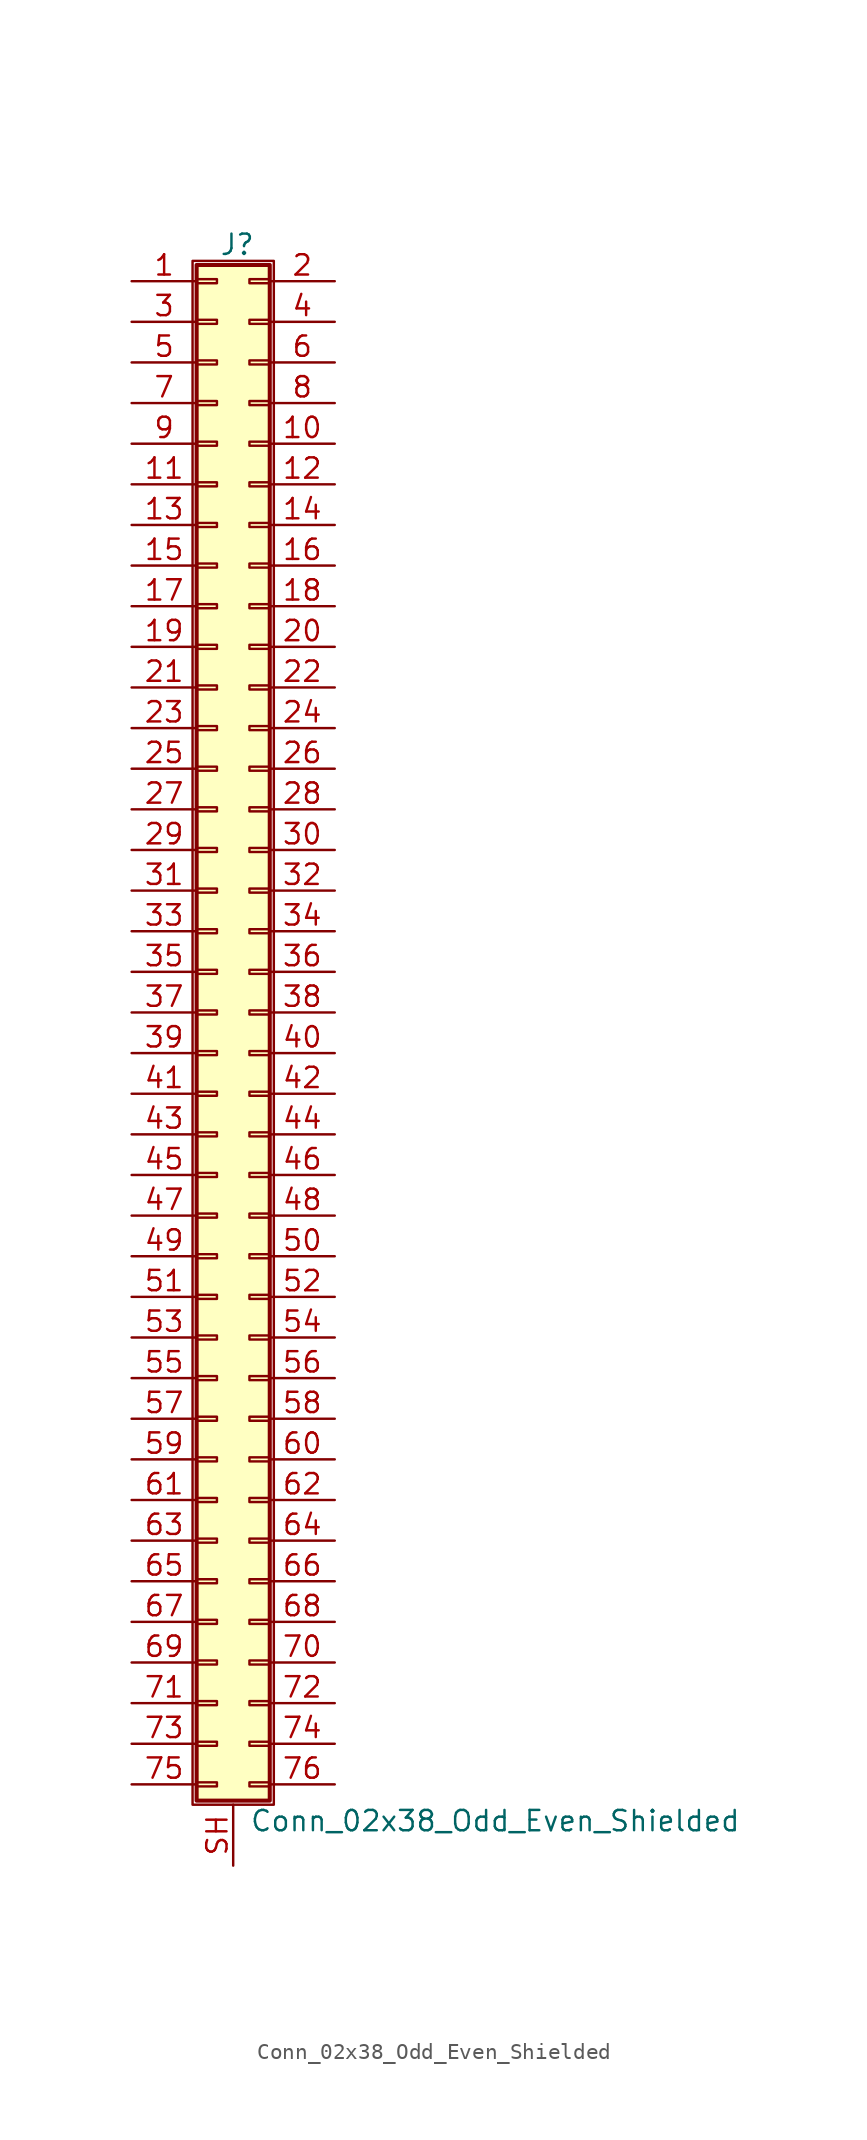
<source format=kicad_sym>
(kicad_symbol_lib
  (version 20211014)
  (generator kicad_symbol_editor)
  (symbol "Conn_02x38_Odd_Even_Shielded"
    (pin_names
      (offset 1.016) hide)
    (property "Reference" "J"
      (at 1.524 48.006 0)
      (effects (font (size 1.27 1.27))))
    (property "Value" "Conn_02x38_Odd_Even_Shielded"
      (at 2.286 -50.546 0)
      (effects (font (size 1.27 1.27)) (justify left)))
    (symbol "Conn_02x38_Odd_Even_Shielded_1_1"
      (rectangle (start -1.27 46.99) (end 3.81 -49.53) (stroke (width 0.152) (type default) (color 0 0 0 0)) (fill (type none)))
      (rectangle (start -1.016 -48.133) (end 0.254 -48.387) (stroke (width 0.152) (type default) (color 0 0 0 0)) (fill (type none)))
      (rectangle (start -1.016 -45.593) (end 0.254 -45.847) (stroke (width 0.152) (type default) (color 0 0 0 0)) (fill (type none)))
      (rectangle (start -1.016 -43.053) (end 0.254 -43.307) (stroke (width 0.152) (type default) (color 0 0 0 0)) (fill (type none)))
      (rectangle (start -1.016 -40.513) (end 0.254 -40.767) (stroke (width 0.152) (type default) (color 0 0 0 0)) (fill (type none)))
      (rectangle (start -1.016 -37.973) (end 0.254 -38.227) (stroke (width 0.152) (type default) (color 0 0 0 0)) (fill (type none)))
      (rectangle (start -1.016 -35.433) (end 0.254 -35.687) (stroke (width 0.152) (type default) (color 0 0 0 0)) (fill (type none)))
      (rectangle (start -1.016 -32.893) (end 0.254 -33.147) (stroke (width 0.152) (type default) (color 0 0 0 0)) (fill (type none)))
      (rectangle (start -1.016 -30.353) (end 0.254 -30.607) (stroke (width 0.152) (type default) (color 0 0 0 0)) (fill (type none)))
      (rectangle (start -1.016 -27.813) (end 0.254 -28.067) (stroke (width 0.152) (type default) (color 0 0 0 0)) (fill (type none)))
      (rectangle (start -1.016 -25.273) (end 0.254 -25.527) (stroke (width 0.152) (type default) (color 0 0 0 0)) (fill (type none)))
      (rectangle (start -1.016 -22.733) (end 0.254 -22.987) (stroke (width 0.152) (type default) (color 0 0 0 0)) (fill (type none)))
      (rectangle (start -1.016 -20.193) (end 0.254 -20.447) (stroke (width 0.152) (type default) (color 0 0 0 0)) (fill (type none)))
      (rectangle (start -1.016 -17.653) (end 0.254 -17.907) (stroke (width 0.152) (type default) (color 0 0 0 0)) (fill (type none)))
      (rectangle (start -1.016 -15.113) (end 0.254 -15.367) (stroke (width 0.152) (type default) (color 0 0 0 0)) (fill (type none)))
      (rectangle (start -1.016 -12.573) (end 0.254 -12.827) (stroke (width 0.152) (type default) (color 0 0 0 0)) (fill (type none)))
      (rectangle (start -1.016 -10.033) (end 0.254 -10.287) (stroke (width 0.152) (type default) (color 0 0 0 0)) (fill (type none)))
      (rectangle (start -1.016 -7.493) (end 0.254 -7.747) (stroke (width 0.152) (type default) (color 0 0 0 0)) (fill (type none)))
      (rectangle (start -1.016 -4.953) (end 0.254 -5.207) (stroke (width 0.152) (type default) (color 0 0 0 0)) (fill (type none)))
      (rectangle (start -1.016 -2.413) (end 0.254 -2.667) (stroke (width 0.152) (type default) (color 0 0 0 0)) (fill (type none)))
      (rectangle (start -1.016 0.127) (end 0.254 -0.127) (stroke (width 0.152) (type default) (color 0 0 0 0)) (fill (type none)))
      (rectangle (start -1.016 2.667) (end 0.254 2.413) (stroke (width 0.152) (type default) (color 0 0 0 0)) (fill (type none)))
      (rectangle (start -1.016 5.207) (end 0.254 4.953) (stroke (width 0.152) (type default) (color 0 0 0 0)) (fill (type none)))
      (rectangle (start -1.016 7.747) (end 0.254 7.493) (stroke (width 0.152) (type default) (color 0 0 0 0)) (fill (type none)))
      (rectangle (start -1.016 10.287) (end 0.254 10.033) (stroke (width 0.152) (type default) (color 0 0 0 0)) (fill (type none)))
      (rectangle (start -1.016 12.827) (end 0.254 12.573) (stroke (width 0.152) (type default) (color 0 0 0 0)) (fill (type none)))
      (rectangle (start -1.016 15.367) (end 0.254 15.113) (stroke (width 0.152) (type default) (color 0 0 0 0)) (fill (type none)))
      (rectangle (start -1.016 17.907) (end 0.254 17.653) (stroke (width 0.152) (type default) (color 0 0 0 0)) (fill (type none)))
      (rectangle (start -1.016 20.447) (end 0.254 20.193) (stroke (width 0.152) (type default) (color 0 0 0 0)) (fill (type none)))
      (rectangle (start -1.016 22.987) (end 0.254 22.733) (stroke (width 0.152) (type default) (color 0 0 0 0)) (fill (type none)))
      (rectangle (start -1.016 25.527) (end 0.254 25.273) (stroke (width 0.152) (type default) (color 0 0 0 0)) (fill (type none)))
      (rectangle (start -1.016 28.067) (end 0.254 27.813) (stroke (width 0.152) (type default) (color 0 0 0 0)) (fill (type none)))
      (rectangle (start -1.016 30.607) (end 0.254 30.353) (stroke (width 0.152) (type default) (color 0 0 0 0)) (fill (type none)))
      (rectangle (start -1.016 33.147) (end 0.254 32.893) (stroke (width 0.152) (type default) (color 0 0 0 0)) (fill (type none)))
      (rectangle (start -1.016 35.687) (end 0.254 35.433) (stroke (width 0.152) (type default) (color 0 0 0 0)) (fill (type none)))
      (rectangle (start -1.016 38.227) (end 0.254 37.973) (stroke (width 0.152) (type default) (color 0 0 0 0)) (fill (type none)))
      (rectangle (start -1.016 40.767) (end 0.254 40.513) (stroke (width 0.152) (type default) (color 0 0 0 0)) (fill (type none)))
      (rectangle (start -1.016 43.307) (end 0.254 43.053) (stroke (width 0.152) (type default) (color 0 0 0 0)) (fill (type none)))
      (rectangle (start -1.016 45.847) (end 0.254 45.593) (stroke (width 0.152) (type default) (color 0 0 0 0)) (fill (type none)))
      (rectangle (start -1.016 46.736) (end 3.556 -49.276) (stroke (width 0.254) (type default) (color 0 0 0 0)) (fill (type background)))
      (rectangle (start 3.556 -48.133) (end 2.286 -48.387) (stroke (width 0.152) (type default) (color 0 0 0 0)) (fill (type none)))
      (rectangle (start 3.556 -45.593) (end 2.286 -45.847) (stroke (width 0.152) (type default) (color 0 0 0 0)) (fill (type none)))
      (rectangle (start 3.556 -43.053) (end 2.286 -43.307) (stroke (width 0.152) (type default) (color 0 0 0 0)) (fill (type none)))
      (rectangle (start 3.556 -40.513) (end 2.286 -40.767) (stroke (width 0.152) (type default) (color 0 0 0 0)) (fill (type none)))
      (rectangle (start 3.556 -37.973) (end 2.286 -38.227) (stroke (width 0.152) (type default) (color 0 0 0 0)) (fill (type none)))
      (rectangle (start 3.556 -35.433) (end 2.286 -35.687) (stroke (width 0.152) (type default) (color 0 0 0 0)) (fill (type none)))
      (rectangle (start 3.556 -32.893) (end 2.286 -33.147) (stroke (width 0.152) (type default) (color 0 0 0 0)) (fill (type none)))
      (rectangle (start 3.556 -30.353) (end 2.286 -30.607) (stroke (width 0.152) (type default) (color 0 0 0 0)) (fill (type none)))
      (rectangle (start 3.556 -27.813) (end 2.286 -28.067) (stroke (width 0.152) (type default) (color 0 0 0 0)) (fill (type none)))
      (rectangle (start 3.556 -25.273) (end 2.286 -25.527) (stroke (width 0.152) (type default) (color 0 0 0 0)) (fill (type none)))
      (rectangle (start 3.556 -22.733) (end 2.286 -22.987) (stroke (width 0.152) (type default) (color 0 0 0 0)) (fill (type none)))
      (rectangle (start 3.556 -20.193) (end 2.286 -20.447) (stroke (width 0.152) (type default) (color 0 0 0 0)) (fill (type none)))
      (rectangle (start 3.556 -17.653) (end 2.286 -17.907) (stroke (width 0.152) (type default) (color 0 0 0 0)) (fill (type none)))
      (rectangle (start 3.556 -15.113) (end 2.286 -15.367) (stroke (width 0.152) (type default) (color 0 0 0 0)) (fill (type none)))
      (rectangle (start 3.556 -12.573) (end 2.286 -12.827) (stroke (width 0.152) (type default) (color 0 0 0 0)) (fill (type none)))
      (rectangle (start 3.556 -10.033) (end 2.286 -10.287) (stroke (width 0.152) (type default) (color 0 0 0 0)) (fill (type none)))
      (rectangle (start 3.556 -7.493) (end 2.286 -7.747) (stroke (width 0.152) (type default) (color 0 0 0 0)) (fill (type none)))
      (rectangle (start 3.556 -4.953) (end 2.286 -5.207) (stroke (width 0.152) (type default) (color 0 0 0 0)) (fill (type none)))
      (rectangle (start 3.556 -2.413) (end 2.286 -2.667) (stroke (width 0.152) (type default) (color 0 0 0 0)) (fill (type none)))
      (rectangle (start 3.556 0.127) (end 2.286 -0.127) (stroke (width 0.152) (type default) (color 0 0 0 0)) (fill (type none)))
      (rectangle (start 3.556 2.667) (end 2.286 2.413) (stroke (width 0.152) (type default) (color 0 0 0 0)) (fill (type none)))
      (rectangle (start 3.556 5.207) (end 2.286 4.953) (stroke (width 0.152) (type default) (color 0 0 0 0)) (fill (type none)))
      (rectangle (start 3.556 7.747) (end 2.286 7.493) (stroke (width 0.152) (type default) (color 0 0 0 0)) (fill (type none)))
      (rectangle (start 3.556 10.287) (end 2.286 10.033) (stroke (width 0.152) (type default) (color 0 0 0 0)) (fill (type none)))
      (rectangle (start 3.556 12.827) (end 2.286 12.573) (stroke (width 0.152) (type default) (color 0 0 0 0)) (fill (type none)))
      (rectangle (start 3.556 15.367) (end 2.286 15.113) (stroke (width 0.152) (type default) (color 0 0 0 0)) (fill (type none)))
      (rectangle (start 3.556 17.907) (end 2.286 17.653) (stroke (width 0.152) (type default) (color 0 0 0 0)) (fill (type none)))
      (rectangle (start 3.556 20.447) (end 2.286 20.193) (stroke (width 0.152) (type default) (color 0 0 0 0)) (fill (type none)))
      (rectangle (start 3.556 22.987) (end 2.286 22.733) (stroke (width 0.152) (type default) (color 0 0 0 0)) (fill (type none)))
      (rectangle (start 3.556 25.527) (end 2.286 25.273) (stroke (width 0.152) (type default) (color 0 0 0 0)) (fill (type none)))
      (rectangle (start 3.556 28.067) (end 2.286 27.813) (stroke (width 0.152) (type default) (color 0 0 0 0)) (fill (type none)))
      (rectangle (start 3.556 30.607) (end 2.286 30.353) (stroke (width 0.152) (type default) (color 0 0 0 0)) (fill (type none)))
      (rectangle (start 3.556 33.147) (end 2.286 32.893) (stroke (width 0.152) (type default) (color 0 0 0 0)) (fill (type none)))
      (rectangle (start 3.556 35.687) (end 2.286 35.433) (stroke (width 0.152) (type default) (color 0 0 0 0)) (fill (type none)))
      (rectangle (start 3.556 38.227) (end 2.286 37.973) (stroke (width 0.152) (type default) (color 0 0 0 0)) (fill (type none)))
      (rectangle (start 3.556 40.767) (end 2.286 40.513) (stroke (width 0.152) (type default) (color 0 0 0 0)) (fill (type none)))
      (rectangle (start 3.556 43.307) (end 2.286 43.053) (stroke (width 0.152) (type default) (color 0 0 0 0)) (fill (type none)))
      (rectangle (start 3.556 45.847) (end 2.286 45.593) (stroke (width 0.152) (type default) (color 0 0 0 0)) (fill (type none)))
      (pin passive line (at -5.08 45.72 0) (length 4.064) (name "Pin_1" (effects (font (size 1.27 1.27)))) (number "1" (effects (font (size 1.27 1.27)))))
      (pin passive line (at 7.62 35.56 180) (length 4.064) (name "Pin_10" (effects (font (size 1.27 1.27)))) (number "10" (effects (font (size 1.27 1.27)))))
      (pin passive line (at -5.08 33.02 0) (length 4.064) (name "Pin_11" (effects (font (size 1.27 1.27)))) (number "11" (effects (font (size 1.27 1.27)))))
      (pin passive line (at 7.62 33.02 180) (length 4.064) (name "Pin_12" (effects (font (size 1.27 1.27)))) (number "12" (effects (font (size 1.27 1.27)))))
      (pin passive line (at -5.08 30.48 0) (length 4.064) (name "Pin_13" (effects (font (size 1.27 1.27)))) (number "13" (effects (font (size 1.27 1.27)))))
      (pin passive line (at 7.62 30.48 180) (length 4.064) (name "Pin_14" (effects (font (size 1.27 1.27)))) (number "14" (effects (font (size 1.27 1.27)))))
      (pin passive line (at -5.08 27.94 0) (length 4.064) (name "Pin_15" (effects (font (size 1.27 1.27)))) (number "15" (effects (font (size 1.27 1.27)))))
      (pin passive line (at 7.62 27.94 180) (length 4.064) (name "Pin_16" (effects (font (size 1.27 1.27)))) (number "16" (effects (font (size 1.27 1.27)))))
      (pin passive line (at -5.08 25.4 0) (length 4.064) (name "Pin_17" (effects (font (size 1.27 1.27)))) (number "17" (effects (font (size 1.27 1.27)))))
      (pin passive line (at 7.62 25.4 180) (length 4.064) (name "Pin_18" (effects (font (size 1.27 1.27)))) (number "18" (effects (font (size 1.27 1.27)))))
      (pin passive line (at -5.08 22.86 0) (length 4.064) (name "Pin_19" (effects (font (size 1.27 1.27)))) (number "19" (effects (font (size 1.27 1.27)))))
      (pin passive line (at 7.62 45.72 180) (length 4.064) (name "Pin_2" (effects (font (size 1.27 1.27)))) (number "2" (effects (font (size 1.27 1.27)))))
      (pin passive line (at 7.62 22.86 180) (length 4.064) (name "Pin_20" (effects (font (size 1.27 1.27)))) (number "20" (effects (font (size 1.27 1.27)))))
      (pin passive line (at -5.08 20.32 0) (length 4.064) (name "Pin_21" (effects (font (size 1.27 1.27)))) (number "21" (effects (font (size 1.27 1.27)))))
      (pin passive line (at 7.62 20.32 180) (length 4.064) (name "Pin_22" (effects (font (size 1.27 1.27)))) (number "22" (effects (font (size 1.27 1.27)))))
      (pin passive line (at -5.08 17.78 0) (length 4.064) (name "Pin_23" (effects (font (size 1.27 1.27)))) (number "23" (effects (font (size 1.27 1.27)))))
      (pin passive line (at 7.62 17.78 180) (length 4.064) (name "Pin_24" (effects (font (size 1.27 1.27)))) (number "24" (effects (font (size 1.27 1.27)))))
      (pin passive line (at -5.08 15.24 0) (length 4.064) (name "Pin_25" (effects (font (size 1.27 1.27)))) (number "25" (effects (font (size 1.27 1.27)))))
      (pin passive line (at 7.62 15.24 180) (length 4.064) (name "Pin_26" (effects (font (size 1.27 1.27)))) (number "26" (effects (font (size 1.27 1.27)))))
      (pin passive line (at -5.08 12.7 0) (length 4.064) (name "Pin_27" (effects (font (size 1.27 1.27)))) (number "27" (effects (font (size 1.27 1.27)))))
      (pin passive line (at 7.62 12.7 180) (length 4.064) (name "Pin_28" (effects (font (size 1.27 1.27)))) (number "28" (effects (font (size 1.27 1.27)))))
      (pin passive line (at -5.08 10.16 0) (length 4.064) (name "Pin_29" (effects (font (size 1.27 1.27)))) (number "29" (effects (font (size 1.27 1.27)))))
      (pin passive line (at -5.08 43.18 0) (length 4.064) (name "Pin_3" (effects (font (size 1.27 1.27)))) (number "3" (effects (font (size 1.27 1.27)))))
      (pin passive line (at 7.62 10.16 180) (length 4.064) (name "Pin_30" (effects (font (size 1.27 1.27)))) (number "30" (effects (font (size 1.27 1.27)))))
      (pin passive line (at -5.08 7.62 0) (length 4.064) (name "Pin_31" (effects (font (size 1.27 1.27)))) (number "31" (effects (font (size 1.27 1.27)))))
      (pin passive line (at 7.62 7.62 180) (length 4.064) (name "Pin_32" (effects (font (size 1.27 1.27)))) (number "32" (effects (font (size 1.27 1.27)))))
      (pin passive line (at -5.08 5.08 0) (length 4.064) (name "Pin_33" (effects (font (size 1.27 1.27)))) (number "33" (effects (font (size 1.27 1.27)))))
      (pin passive line (at 7.62 5.08 180) (length 4.064) (name "Pin_34" (effects (font (size 1.27 1.27)))) (number "34" (effects (font (size 1.27 1.27)))))
      (pin passive line (at -5.08 2.54 0) (length 4.064) (name "Pin_35" (effects (font (size 1.27 1.27)))) (number "35" (effects (font (size 1.27 1.27)))))
      (pin passive line (at 7.62 2.54 180) (length 4.064) (name "Pin_36" (effects (font (size 1.27 1.27)))) (number "36" (effects (font (size 1.27 1.27)))))
      (pin passive line (at -5.08 0 0) (length 4.064) (name "Pin_37" (effects (font (size 1.27 1.27)))) (number "37" (effects (font (size 1.27 1.27)))))
      (pin passive line (at 7.62 0 180) (length 4.064) (name "Pin_38" (effects (font (size 1.27 1.27)))) (number "38" (effects (font (size 1.27 1.27)))))
      (pin passive line (at -5.08 -2.54 0) (length 4.064) (name "Pin_39" (effects (font (size 1.27 1.27)))) (number "39" (effects (font (size 1.27 1.27)))))
      (pin passive line (at 7.62 43.18 180) (length 4.064) (name "Pin_4" (effects (font (size 1.27 1.27)))) (number "4" (effects (font (size 1.27 1.27)))))
      (pin passive line (at 7.62 -2.54 180) (length 4.064) (name "Pin_40" (effects (font (size 1.27 1.27)))) (number "40" (effects (font (size 1.27 1.27)))))
      (pin passive line (at -5.08 -5.08 0) (length 4.064) (name "Pin_41" (effects (font (size 1.27 1.27)))) (number "41" (effects (font (size 1.27 1.27)))))
      (pin passive line (at 7.62 -5.08 180) (length 4.064) (name "Pin_42" (effects (font (size 1.27 1.27)))) (number "42" (effects (font (size 1.27 1.27)))))
      (pin passive line (at -5.08 -7.62 0) (length 4.064) (name "Pin_43" (effects (font (size 1.27 1.27)))) (number "43" (effects (font (size 1.27 1.27)))))
      (pin passive line (at 7.62 -7.62 180) (length 4.064) (name "Pin_44" (effects (font (size 1.27 1.27)))) (number "44" (effects (font (size 1.27 1.27)))))
      (pin passive line (at -5.08 -10.16 0) (length 4.064) (name "Pin_45" (effects (font (size 1.27 1.27)))) (number "45" (effects (font (size 1.27 1.27)))))
      (pin passive line (at 7.62 -10.16 180) (length 4.064) (name "Pin_46" (effects (font (size 1.27 1.27)))) (number "46" (effects (font (size 1.27 1.27)))))
      (pin passive line (at -5.08 -12.7 0) (length 4.064) (name "Pin_47" (effects (font (size 1.27 1.27)))) (number "47" (effects (font (size 1.27 1.27)))))
      (pin passive line (at 7.62 -12.7 180) (length 4.064) (name "Pin_48" (effects (font (size 1.27 1.27)))) (number "48" (effects (font (size 1.27 1.27)))))
      (pin passive line (at -5.08 -15.24 0) (length 4.064) (name "Pin_49" (effects (font (size 1.27 1.27)))) (number "49" (effects (font (size 1.27 1.27)))))
      (pin passive line (at -5.08 40.64 0) (length 4.064) (name "Pin_5" (effects (font (size 1.27 1.27)))) (number "5" (effects (font (size 1.27 1.27)))))
      (pin passive line (at 7.62 -15.24 180) (length 4.064) (name "Pin_50" (effects (font (size 1.27 1.27)))) (number "50" (effects (font (size 1.27 1.27)))))
      (pin passive line (at -5.08 -17.78 0) (length 4.064) (name "Pin_51" (effects (font (size 1.27 1.27)))) (number "51" (effects (font (size 1.27 1.27)))))
      (pin passive line (at 7.62 -17.78 180) (length 4.064) (name "Pin_52" (effects (font (size 1.27 1.27)))) (number "52" (effects (font (size 1.27 1.27)))))
      (pin passive line (at -5.08 -20.32 0) (length 4.064) (name "Pin_53" (effects (font (size 1.27 1.27)))) (number "53" (effects (font (size 1.27 1.27)))))
      (pin passive line (at 7.62 -20.32 180) (length 4.064) (name "Pin_54" (effects (font (size 1.27 1.27)))) (number "54" (effects (font (size 1.27 1.27)))))
      (pin passive line (at -5.08 -22.86 0) (length 4.064) (name "Pin_55" (effects (font (size 1.27 1.27)))) (number "55" (effects (font (size 1.27 1.27)))))
      (pin passive line (at 7.62 -22.86 180) (length 4.064) (name "Pin_56" (effects (font (size 1.27 1.27)))) (number "56" (effects (font (size 1.27 1.27)))))
      (pin passive line (at -5.08 -25.4 0) (length 4.064) (name "Pin_57" (effects (font (size 1.27 1.27)))) (number "57" (effects (font (size 1.27 1.27)))))
      (pin passive line (at 7.62 -25.4 180) (length 4.064) (name "Pin_58" (effects (font (size 1.27 1.27)))) (number "58" (effects (font (size 1.27 1.27)))))
      (pin passive line (at -5.08 -27.94 0) (length 4.064) (name "Pin_59" (effects (font (size 1.27 1.27)))) (number "59" (effects (font (size 1.27 1.27)))))
      (pin passive line (at 7.62 40.64 180) (length 4.064) (name "Pin_6" (effects (font (size 1.27 1.27)))) (number "6" (effects (font (size 1.27 1.27)))))
      (pin passive line (at 7.62 -27.94 180) (length 4.064) (name "Pin_60" (effects (font (size 1.27 1.27)))) (number "60" (effects (font (size 1.27 1.27)))))
      (pin passive line (at -5.08 -30.48 0) (length 4.064) (name "Pin_61" (effects (font (size 1.27 1.27)))) (number "61" (effects (font (size 1.27 1.27)))))
      (pin passive line (at 7.62 -30.48 180) (length 4.064) (name "Pin_62" (effects (font (size 1.27 1.27)))) (number "62" (effects (font (size 1.27 1.27)))))
      (pin passive line (at -5.08 -33.02 0) (length 4.064) (name "Pin_63" (effects (font (size 1.27 1.27)))) (number "63" (effects (font (size 1.27 1.27)))))
      (pin passive line (at 7.62 -33.02 180) (length 4.064) (name "Pin_64" (effects (font (size 1.27 1.27)))) (number "64" (effects (font (size 1.27 1.27)))))
      (pin passive line (at -5.08 -35.56 0) (length 4.064) (name "Pin_65" (effects (font (size 1.27 1.27)))) (number "65" (effects (font (size 1.27 1.27)))))
      (pin passive line (at 7.62 -35.56 180) (length 4.064) (name "Pin_66" (effects (font (size 1.27 1.27)))) (number "66" (effects (font (size 1.27 1.27)))))
      (pin passive line (at -5.08 -38.1 0) (length 4.064) (name "Pin_67" (effects (font (size 1.27 1.27)))) (number "67" (effects (font (size 1.27 1.27)))))
      (pin passive line (at 7.62 -38.1 180) (length 4.064) (name "Pin_68" (effects (font (size 1.27 1.27)))) (number "68" (effects (font (size 1.27 1.27)))))
      (pin passive line (at -5.08 -40.64 0) (length 4.064) (name "Pin_69" (effects (font (size 1.27 1.27)))) (number "69" (effects (font (size 1.27 1.27)))))
      (pin passive line (at -5.08 38.1 0) (length 4.064) (name "Pin_7" (effects (font (size 1.27 1.27)))) (number "7" (effects (font (size 1.27 1.27)))))
      (pin passive line (at 7.62 -40.64 180) (length 4.064) (name "Pin_70" (effects (font (size 1.27 1.27)))) (number "70" (effects (font (size 1.27 1.27)))))
      (pin passive line (at -5.08 -43.18 0) (length 4.064) (name "Pin_71" (effects (font (size 1.27 1.27)))) (number "71" (effects (font (size 1.27 1.27)))))
      (pin passive line (at 7.62 -43.18 180) (length 4.064) (name "Pin_72" (effects (font (size 1.27 1.27)))) (number "72" (effects (font (size 1.27 1.27)))))
      (pin passive line (at -5.08 -45.72 0) (length 4.064) (name "Pin_73" (effects (font (size 1.27 1.27)))) (number "73" (effects (font (size 1.27 1.27)))))
      (pin passive line (at 7.62 -45.72 180) (length 4.064) (name "Pin_74" (effects (font (size 1.27 1.27)))) (number "74" (effects (font (size 1.27 1.27)))))
      (pin passive line (at -5.08 -48.26 0) (length 4.064) (name "Pin_75" (effects (font (size 1.27 1.27)))) (number "75" (effects (font (size 1.27 1.27)))))
      (pin passive line (at 7.62 -48.26 180) (length 4.064) (name "Pin_76" (effects (font (size 1.27 1.27)))) (number "76" (effects (font (size 1.27 1.27)))))
      (pin passive line (at 7.62 38.1 180) (length 4.064) (name "Pin_8" (effects (font (size 1.27 1.27)))) (number "8" (effects (font (size 1.27 1.27)))))
      (pin passive line (at -5.08 35.56 0) (length 4.064) (name "Pin_9" (effects (font (size 1.27 1.27)))) (number "9" (effects (font (size 1.27 1.27)))))
      (pin passive line (at 1.27 -53.34 90) (length 3.81) (name "Shield" (effects (font (size 1.27 1.27)))) (number "SH" (effects (font (size 1.27 1.27))))))))
</source>
